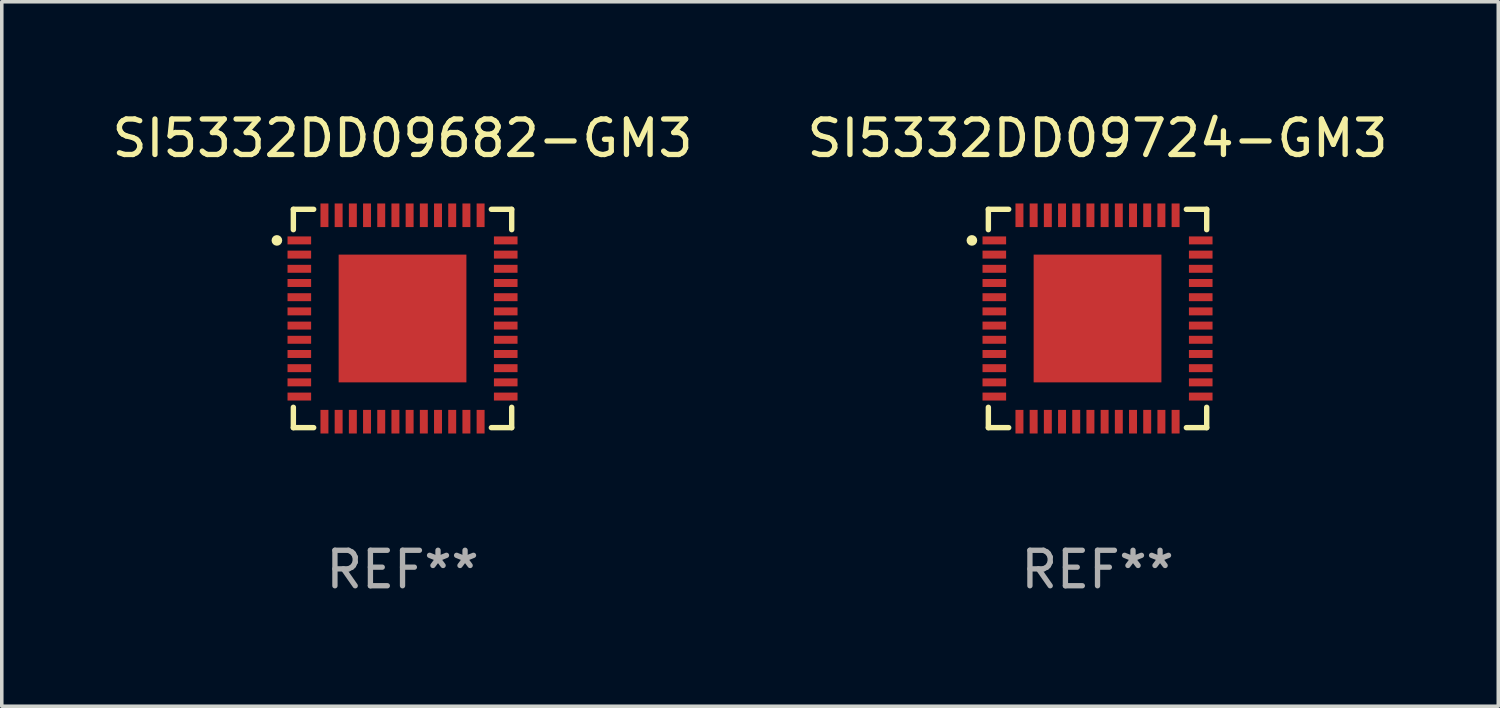
<source format=kicad_pcb>
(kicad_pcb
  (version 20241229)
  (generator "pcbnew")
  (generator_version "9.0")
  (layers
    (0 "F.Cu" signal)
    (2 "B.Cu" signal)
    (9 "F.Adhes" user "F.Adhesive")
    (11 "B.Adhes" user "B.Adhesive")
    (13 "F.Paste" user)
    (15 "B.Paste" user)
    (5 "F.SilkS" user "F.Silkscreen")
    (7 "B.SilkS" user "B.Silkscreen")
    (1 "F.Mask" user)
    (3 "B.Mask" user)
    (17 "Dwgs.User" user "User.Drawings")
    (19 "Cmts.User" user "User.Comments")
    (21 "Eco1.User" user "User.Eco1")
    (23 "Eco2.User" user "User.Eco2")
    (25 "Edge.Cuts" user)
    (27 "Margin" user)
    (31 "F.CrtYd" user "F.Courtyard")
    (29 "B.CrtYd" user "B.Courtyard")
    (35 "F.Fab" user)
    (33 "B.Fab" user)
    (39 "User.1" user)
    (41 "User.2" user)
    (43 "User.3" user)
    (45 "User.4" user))
  (footprint "SI5332DD09682-GM3"
    (layer "F.Cu")
    (at 8.292 5.924)
    (property "Reference" "SI5332DD09682-GM3" (at 0 -5.076 0) (layer "F.SilkS") (effects (font (size 1 1) (thickness 0.15))))
    (attr through_hole)
    (fp_line (start -3.076 -3.076) (end -3.076 -2.503) (stroke (width 0.152) (type solid)) (layer "F.SilkS"))
    (fp_line (start -3.076 3.076) (end -3.076 2.503) (stroke (width 0.152) (type solid)) (layer "F.SilkS"))
    (fp_line (start -2.503 -3.076) (end -3.076 -3.076) (stroke (width 0.152) (type solid)) (layer "F.SilkS"))
    (fp_line (start -2.503 3.076) (end -3.076 3.076) (stroke (width 0.152) (type solid)) (layer "F.SilkS"))
    (fp_line (start 2.503 -3.076) (end 3.076 -3.076) (stroke (width 0.152) (type solid)) (layer "F.SilkS"))
    (fp_line (start 2.503 3.076) (end 3.076 3.076) (stroke (width 0.152) (type solid)) (layer "F.SilkS"))
    (fp_line (start 3.076 -3.076) (end 3.076 -2.503) (stroke (width 0.152) (type solid)) (layer "F.SilkS"))
    (fp_line (start 3.076 3.076) (end 3.076 2.503) (stroke (width 0.152) (type solid)) (layer "F.SilkS"))
    (fp_circle (center -3.54 -2.2) (end -3.465 -2.2) (stroke (width 0.15) (type solid)) (fill no) (layer "F.SilkS"))
    (fp_text user "REF**" (at 0 7.076 0) (layer "F.Fab") (effects (font (size 1 1) (thickness 0.15))))
    (pad "1" smd rect (at -2.908 -2.2) (size 0.665 0.224) (layers "F.Cu" "F.Mask" "F.Paste"))
    (pad "2" smd rect (at -2.908 -1.8) (size 0.665 0.224) (layers "F.Cu" "F.Mask" "F.Paste"))
    (pad "3" smd rect (at -2.908 -1.4) (size 0.665 0.224) (layers "F.Cu" "F.Mask" "F.Paste"))
    (pad "4" smd rect (at -2.908 -1) (size 0.665 0.224) (layers "F.Cu" "F.Mask" "F.Paste"))
    (pad "5" smd rect (at -2.908 -0.6) (size 0.665 0.224) (layers "F.Cu" "F.Mask" "F.Paste"))
    (pad "6" smd rect (at -2.908 -0.2) (size 0.665 0.224) (layers "F.Cu" "F.Mask" "F.Paste"))
    (pad "7" smd rect (at -2.908 0.2) (size 0.665 0.224) (layers "F.Cu" "F.Mask" "F.Paste"))
    (pad "8" smd rect (at -2.908 0.6) (size 0.665 0.224) (layers "F.Cu" "F.Mask" "F.Paste"))
    (pad "9" smd rect (at -2.908 1) (size 0.665 0.224) (layers "F.Cu" "F.Mask" "F.Paste"))
    (pad "10" smd rect (at -2.908 1.4) (size 0.665 0.224) (layers "F.Cu" "F.Mask" "F.Paste"))
    (pad "11" smd rect (at -2.908 1.8) (size 0.665 0.224) (layers "F.Cu" "F.Mask" "F.Paste"))
    (pad "12" smd rect (at -2.908 2.2) (size 0.665 0.224) (layers "F.Cu" "F.Mask" "F.Paste"))
    (pad "13" smd rect (at -2.2 2.908) (size 0.224 0.665) (layers "F.Cu" "F.Mask" "F.Paste"))
    (pad "14" smd rect (at -1.8 2.908) (size 0.224 0.665) (layers "F.Cu" "F.Mask" "F.Paste"))
    (pad "15" smd rect (at -1.4 2.908) (size 0.224 0.665) (layers "F.Cu" "F.Mask" "F.Paste"))
    (pad "16" smd rect (at -1 2.908) (size 0.224 0.665) (layers "F.Cu" "F.Mask" "F.Paste"))
    (pad "17" smd rect (at -0.6 2.908) (size 0.224 0.665) (layers "F.Cu" "F.Mask" "F.Paste"))
    (pad "18" smd rect (at -0.2 2.908) (size 0.224 0.665) (layers "F.Cu" "F.Mask" "F.Paste"))
    (pad "19" smd rect (at 0.2 2.908) (size 0.224 0.665) (layers "F.Cu" "F.Mask" "F.Paste"))
    (pad "20" smd rect (at 0.6 2.908) (size 0.224 0.665) (layers "F.Cu" "F.Mask" "F.Paste"))
    (pad "21" smd rect (at 1 2.908) (size 0.224 0.665) (layers "F.Cu" "F.Mask" "F.Paste"))
    (pad "22" smd rect (at 1.4 2.908) (size 0.224 0.665) (layers "F.Cu" "F.Mask" "F.Paste"))
    (pad "23" smd rect (at 1.8 2.908) (size 0.224 0.665) (layers "F.Cu" "F.Mask" "F.Paste"))
    (pad "24" smd rect (at 2.2 2.908) (size 0.224 0.665) (layers "F.Cu" "F.Mask" "F.Paste"))
    (pad "25" smd rect (at 2.908 2.2) (size 0.665 0.224) (layers "F.Cu" "F.Mask" "F.Paste"))
    (pad "26" smd rect (at 2.908 1.8) (size 0.665 0.224) (layers "F.Cu" "F.Mask" "F.Paste"))
    (pad "27" smd rect (at 2.908 1.4) (size 0.665 0.224) (layers "F.Cu" "F.Mask" "F.Paste"))
    (pad "28" smd rect (at 2.908 1) (size 0.665 0.224) (layers "F.Cu" "F.Mask" "F.Paste"))
    (pad "29" smd rect (at 2.908 0.6) (size 0.665 0.224) (layers "F.Cu" "F.Mask" "F.Paste"))
    (pad "30" smd rect (at 2.908 0.2) (size 0.665 0.224) (layers "F.Cu" "F.Mask" "F.Paste"))
    (pad "31" smd rect (at 2.908 -0.2) (size 0.665 0.224) (layers "F.Cu" "F.Mask" "F.Paste"))
    (pad "32" smd rect (at 2.908 -0.6) (size 0.665 0.224) (layers "F.Cu" "F.Mask" "F.Paste"))
    (pad "33" smd rect (at 2.908 -1) (size 0.665 0.224) (layers "F.Cu" "F.Mask" "F.Paste"))
    (pad "34" smd rect (at 2.908 -1.4) (size 0.665 0.224) (layers "F.Cu" "F.Mask" "F.Paste"))
    (pad "35" smd rect (at 2.908 -1.8) (size 0.665 0.224) (layers "F.Cu" "F.Mask" "F.Paste"))
    (pad "36" smd rect (at 2.908 -2.2) (size 0.665 0.224) (layers "F.Cu" "F.Mask" "F.Paste"))
    (pad "37" smd rect (at 2.2 -2.908) (size 0.224 0.665) (layers "F.Cu" "F.Mask" "F.Paste"))
    (pad "38" smd rect (at 1.8 -2.908) (size 0.224 0.665) (layers "F.Cu" "F.Mask" "F.Paste"))
    (pad "39" smd rect (at 1.4 -2.908) (size 0.224 0.665) (layers "F.Cu" "F.Mask" "F.Paste"))
    (pad "40" smd rect (at 1 -2.908) (size 0.224 0.665) (layers "F.Cu" "F.Mask" "F.Paste"))
    (pad "41" smd rect (at 0.6 -2.908) (size 0.224 0.665) (layers "F.Cu" "F.Mask" "F.Paste"))
    (pad "42" smd rect (at 0.2 -2.908) (size 0.224 0.665) (layers "F.Cu" "F.Mask" "F.Paste"))
    (pad "43" smd rect (at -0.2 -2.908) (size 0.224 0.665) (layers "F.Cu" "F.Mask" "F.Paste"))
    (pad "44" smd rect (at -0.6 -2.908) (size 0.224 0.665) (layers "F.Cu" "F.Mask" "F.Paste"))
    (pad "45" smd rect (at -1 -2.908) (size 0.224 0.665) (layers "F.Cu" "F.Mask" "F.Paste"))
    (pad "46" smd rect (at -1.4 -2.908) (size 0.224 0.665) (layers "F.Cu" "F.Mask" "F.Paste"))
    (pad "47" smd rect (at -1.8 -2.908) (size 0.224 0.665) (layers "F.Cu" "F.Mask" "F.Paste"))
    (pad "48" smd rect (at -2.2 -2.908) (size 0.224 0.665) (layers "F.Cu" "F.Mask" "F.Paste"))
    (pad "49" smd rect (at 0 0) (size 3.6 3.6) (layers "F.Cu" "F.Mask" "F.Paste")))
  (footprint "SI5332DD09724-GM3"
    (layer "F.Cu")
    (at 27.875 5.924)
    (property "Reference" "SI5332DD09724-GM3" (at 0 -5.076 0) (layer "F.SilkS") (effects (font (size 1 1) (thickness 0.15))))
    (attr through_hole)
    (fp_line (start -3.076 -3.076) (end -3.076 -2.503) (stroke (width 0.152) (type solid)) (layer "F.SilkS"))
    (fp_line (start -3.076 3.076) (end -3.076 2.503) (stroke (width 0.152) (type solid)) (layer "F.SilkS"))
    (fp_line (start -2.503 -3.076) (end -3.076 -3.076) (stroke (width 0.152) (type solid)) (layer "F.SilkS"))
    (fp_line (start -2.503 3.076) (end -3.076 3.076) (stroke (width 0.152) (type solid)) (layer "F.SilkS"))
    (fp_line (start 2.503 -3.076) (end 3.076 -3.076) (stroke (width 0.152) (type solid)) (layer "F.SilkS"))
    (fp_line (start 2.503 3.076) (end 3.076 3.076) (stroke (width 0.152) (type solid)) (layer "F.SilkS"))
    (fp_line (start 3.076 -3.076) (end 3.076 -2.503) (stroke (width 0.152) (type solid)) (layer "F.SilkS"))
    (fp_line (start 3.076 3.076) (end 3.076 2.503) (stroke (width 0.152) (type solid)) (layer "F.SilkS"))
    (fp_circle (center -3.54 -2.2) (end -3.465 -2.2) (stroke (width 0.15) (type solid)) (fill no) (layer "F.SilkS"))
    (fp_text user "REF**" (at 0 7.076 0) (layer "F.Fab") (effects (font (size 1 1) (thickness 0.15))))
    (pad "1" smd rect (at -2.908 -2.2) (size 0.665 0.224) (layers "F.Cu" "F.Mask" "F.Paste"))
    (pad "2" smd rect (at -2.908 -1.8) (size 0.665 0.224) (layers "F.Cu" "F.Mask" "F.Paste"))
    (pad "3" smd rect (at -2.908 -1.4) (size 0.665 0.224) (layers "F.Cu" "F.Mask" "F.Paste"))
    (pad "4" smd rect (at -2.908 -1) (size 0.665 0.224) (layers "F.Cu" "F.Mask" "F.Paste"))
    (pad "5" smd rect (at -2.908 -0.6) (size 0.665 0.224) (layers "F.Cu" "F.Mask" "F.Paste"))
    (pad "6" smd rect (at -2.908 -0.2) (size 0.665 0.224) (layers "F.Cu" "F.Mask" "F.Paste"))
    (pad "7" smd rect (at -2.908 0.2) (size 0.665 0.224) (layers "F.Cu" "F.Mask" "F.Paste"))
    (pad "8" smd rect (at -2.908 0.6) (size 0.665 0.224) (layers "F.Cu" "F.Mask" "F.Paste"))
    (pad "9" smd rect (at -2.908 1) (size 0.665 0.224) (layers "F.Cu" "F.Mask" "F.Paste"))
    (pad "10" smd rect (at -2.908 1.4) (size 0.665 0.224) (layers "F.Cu" "F.Mask" "F.Paste"))
    (pad "11" smd rect (at -2.908 1.8) (size 0.665 0.224) (layers "F.Cu" "F.Mask" "F.Paste"))
    (pad "12" smd rect (at -2.908 2.2) (size 0.665 0.224) (layers "F.Cu" "F.Mask" "F.Paste"))
    (pad "13" smd rect (at -2.2 2.908) (size 0.224 0.665) (layers "F.Cu" "F.Mask" "F.Paste"))
    (pad "14" smd rect (at -1.8 2.908) (size 0.224 0.665) (layers "F.Cu" "F.Mask" "F.Paste"))
    (pad "15" smd rect (at -1.4 2.908) (size 0.224 0.665) (layers "F.Cu" "F.Mask" "F.Paste"))
    (pad "16" smd rect (at -1 2.908) (size 0.224 0.665) (layers "F.Cu" "F.Mask" "F.Paste"))
    (pad "17" smd rect (at -0.6 2.908) (size 0.224 0.665) (layers "F.Cu" "F.Mask" "F.Paste"))
    (pad "18" smd rect (at -0.2 2.908) (size 0.224 0.665) (layers "F.Cu" "F.Mask" "F.Paste"))
    (pad "19" smd rect (at 0.2 2.908) (size 0.224 0.665) (layers "F.Cu" "F.Mask" "F.Paste"))
    (pad "20" smd rect (at 0.6 2.908) (size 0.224 0.665) (layers "F.Cu" "F.Mask" "F.Paste"))
    (pad "21" smd rect (at 1 2.908) (size 0.224 0.665) (layers "F.Cu" "F.Mask" "F.Paste"))
    (pad "22" smd rect (at 1.4 2.908) (size 0.224 0.665) (layers "F.Cu" "F.Mask" "F.Paste"))
    (pad "23" smd rect (at 1.8 2.908) (size 0.224 0.665) (layers "F.Cu" "F.Mask" "F.Paste"))
    (pad "24" smd rect (at 2.2 2.908) (size 0.224 0.665) (layers "F.Cu" "F.Mask" "F.Paste"))
    (pad "25" smd rect (at 2.908 2.2) (size 0.665 0.224) (layers "F.Cu" "F.Mask" "F.Paste"))
    (pad "26" smd rect (at 2.908 1.8) (size 0.665 0.224) (layers "F.Cu" "F.Mask" "F.Paste"))
    (pad "27" smd rect (at 2.908 1.4) (size 0.665 0.224) (layers "F.Cu" "F.Mask" "F.Paste"))
    (pad "28" smd rect (at 2.908 1) (size 0.665 0.224) (layers "F.Cu" "F.Mask" "F.Paste"))
    (pad "29" smd rect (at 2.908 0.6) (size 0.665 0.224) (layers "F.Cu" "F.Mask" "F.Paste"))
    (pad "30" smd rect (at 2.908 0.2) (size 0.665 0.224) (layers "F.Cu" "F.Mask" "F.Paste"))
    (pad "31" smd rect (at 2.908 -0.2) (size 0.665 0.224) (layers "F.Cu" "F.Mask" "F.Paste"))
    (pad "32" smd rect (at 2.908 -0.6) (size 0.665 0.224) (layers "F.Cu" "F.Mask" "F.Paste"))
    (pad "33" smd rect (at 2.908 -1) (size 0.665 0.224) (layers "F.Cu" "F.Mask" "F.Paste"))
    (pad "34" smd rect (at 2.908 -1.4) (size 0.665 0.224) (layers "F.Cu" "F.Mask" "F.Paste"))
    (pad "35" smd rect (at 2.908 -1.8) (size 0.665 0.224) (layers "F.Cu" "F.Mask" "F.Paste"))
    (pad "36" smd rect (at 2.908 -2.2) (size 0.665 0.224) (layers "F.Cu" "F.Mask" "F.Paste"))
    (pad "37" smd rect (at 2.2 -2.908) (size 0.224 0.665) (layers "F.Cu" "F.Mask" "F.Paste"))
    (pad "38" smd rect (at 1.8 -2.908) (size 0.224 0.665) (layers "F.Cu" "F.Mask" "F.Paste"))
    (pad "39" smd rect (at 1.4 -2.908) (size 0.224 0.665) (layers "F.Cu" "F.Mask" "F.Paste"))
    (pad "40" smd rect (at 1 -2.908) (size 0.224 0.665) (layers "F.Cu" "F.Mask" "F.Paste"))
    (pad "41" smd rect (at 0.6 -2.908) (size 0.224 0.665) (layers "F.Cu" "F.Mask" "F.Paste"))
    (pad "42" smd rect (at 0.2 -2.908) (size 0.224 0.665) (layers "F.Cu" "F.Mask" "F.Paste"))
    (pad "43" smd rect (at -0.2 -2.908) (size 0.224 0.665) (layers "F.Cu" "F.Mask" "F.Paste"))
    (pad "44" smd rect (at -0.6 -2.908) (size 0.224 0.665) (layers "F.Cu" "F.Mask" "F.Paste"))
    (pad "45" smd rect (at -1 -2.908) (size 0.224 0.665) (layers "F.Cu" "F.Mask" "F.Paste"))
    (pad "46" smd rect (at -1.4 -2.908) (size 0.224 0.665) (layers "F.Cu" "F.Mask" "F.Paste"))
    (pad "47" smd rect (at -1.8 -2.908) (size 0.224 0.665) (layers "F.Cu" "F.Mask" "F.Paste"))
    (pad "48" smd rect (at -2.2 -2.908) (size 0.224 0.665) (layers "F.Cu" "F.Mask" "F.Paste"))
    (pad "49" smd rect (at 0 0) (size 3.6 3.6) (layers "F.Cu" "F.Mask" "F.Paste")))
  (gr_rect
    (start -3 -3)
    (end 39.167 16.849)
    (stroke (width 0.1) (type default))
    (fill no)
    (layer "Edge.Cuts")))
</source>
